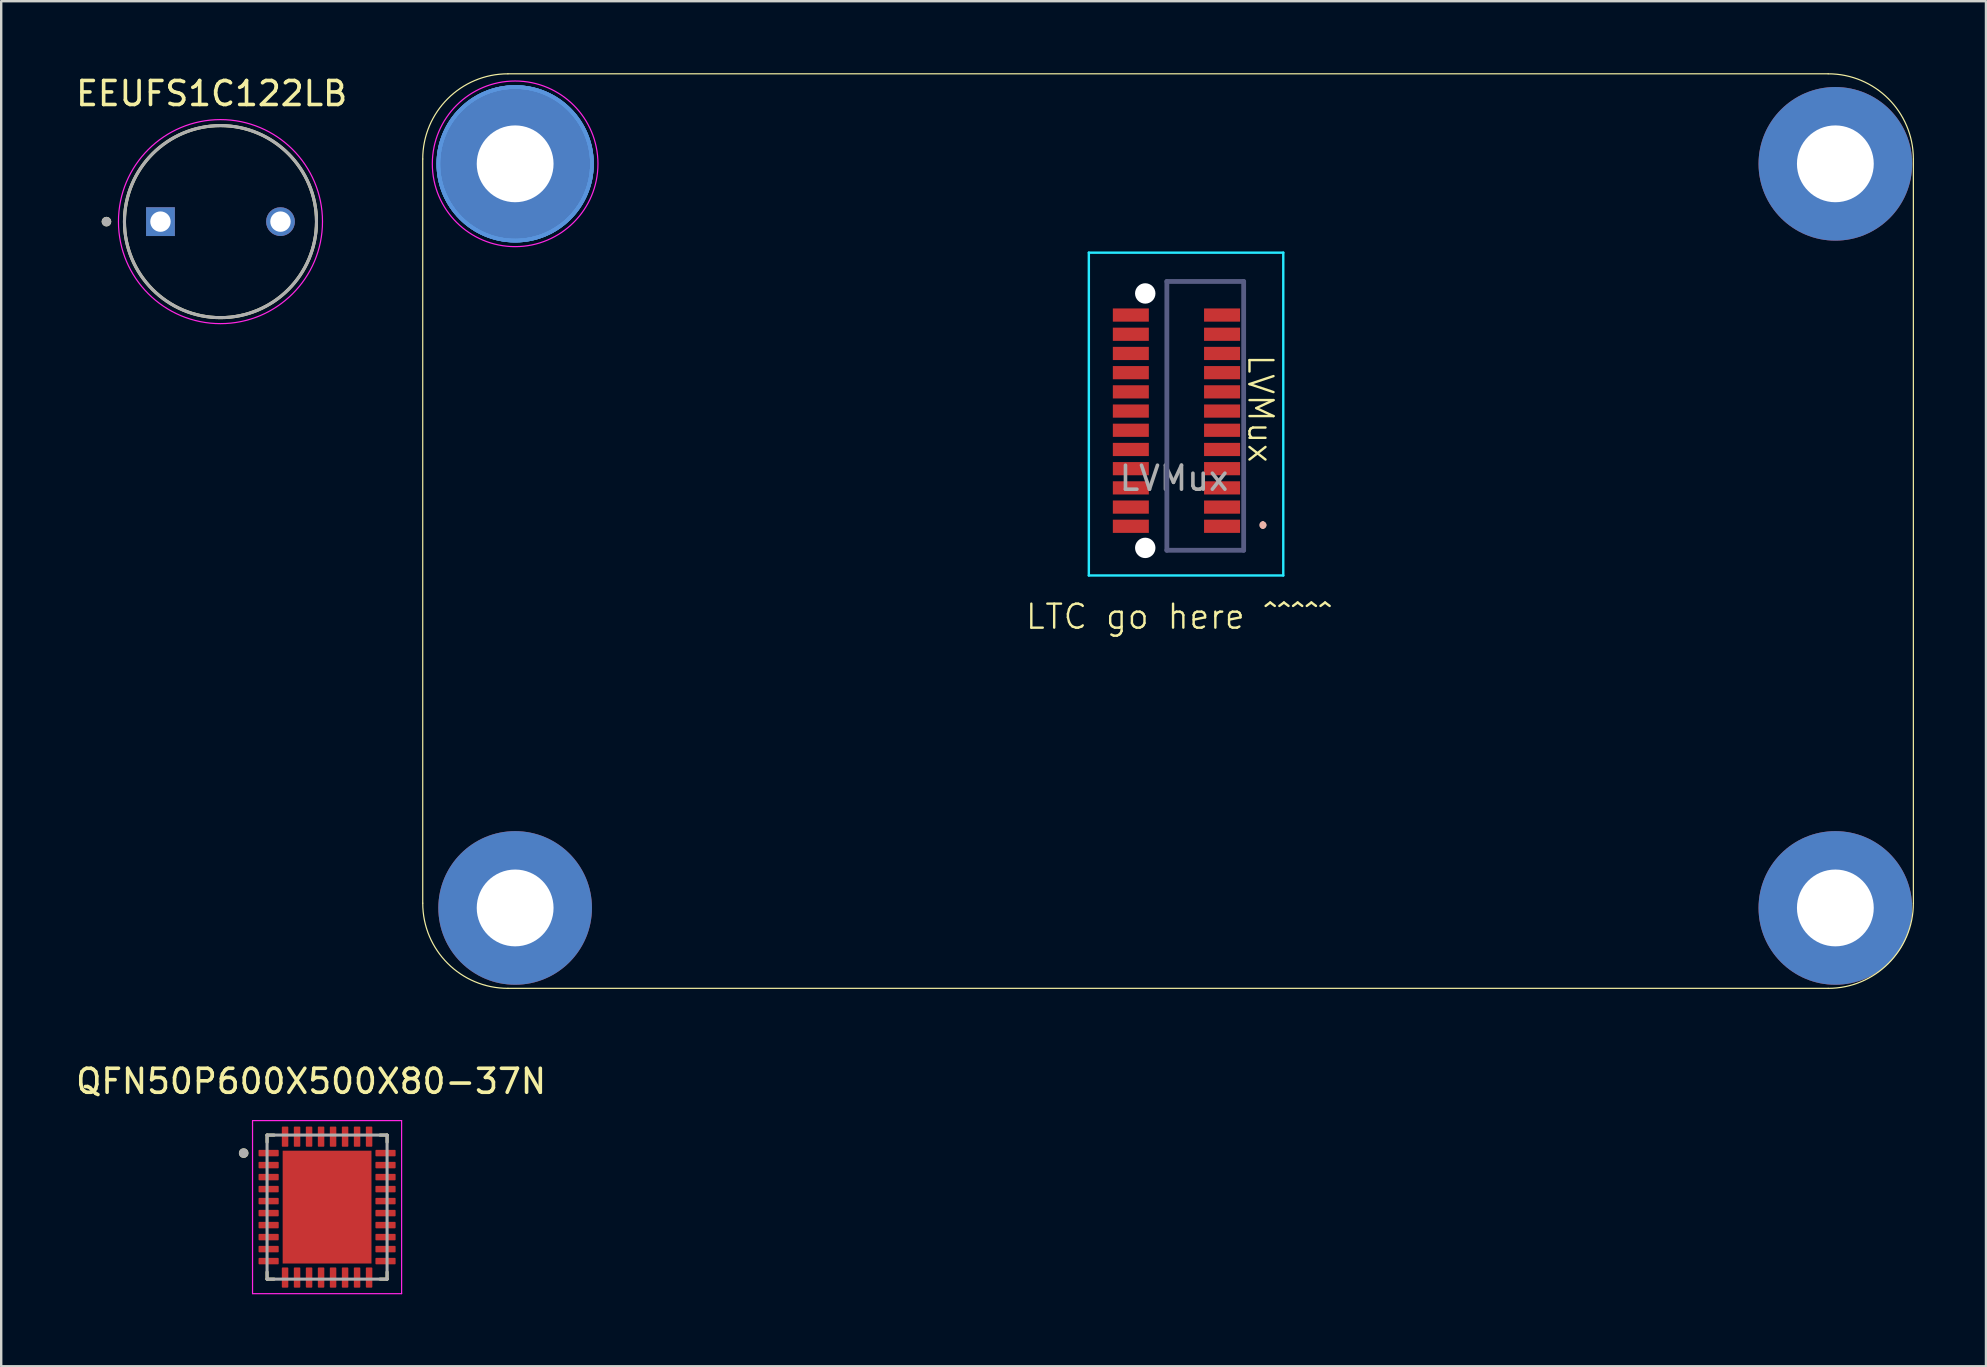
<source format=kicad_pcb>
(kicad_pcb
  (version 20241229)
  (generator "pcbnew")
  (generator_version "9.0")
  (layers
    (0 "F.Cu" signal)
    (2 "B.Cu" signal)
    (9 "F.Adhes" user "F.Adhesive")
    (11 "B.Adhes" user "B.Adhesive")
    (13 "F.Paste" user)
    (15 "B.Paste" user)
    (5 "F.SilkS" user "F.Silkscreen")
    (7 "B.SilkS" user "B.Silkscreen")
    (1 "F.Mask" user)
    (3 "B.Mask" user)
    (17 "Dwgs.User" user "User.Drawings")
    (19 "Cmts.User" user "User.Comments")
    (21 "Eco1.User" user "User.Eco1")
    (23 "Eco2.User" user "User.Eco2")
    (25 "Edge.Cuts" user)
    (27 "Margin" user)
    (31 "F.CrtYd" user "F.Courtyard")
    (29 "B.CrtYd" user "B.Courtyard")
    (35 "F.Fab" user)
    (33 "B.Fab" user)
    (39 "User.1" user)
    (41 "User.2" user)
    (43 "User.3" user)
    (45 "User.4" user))
  (footprint "EEUFS1C122LB"
    (layer "F.Cu")
    (at 6.135 6.183)
    (property "Reference" "EEUFS1C122LB" (at -0.367 -5.335 0) (layer "F.SilkS") (effects (font (size 1 1) (thickness 0.15))))
    (attr through_hole)
    (fp_circle (center -4.75 0) (end -4.65 0) (stroke (width 0.2) (type solid)) (fill no) (layer "F.SilkS"))
    (fp_circle (center 0 0) (end 4 0) (stroke (width 0.127) (type solid)) (fill no) (layer "F.SilkS"))
    (fp_circle (center 0 0) (end 4.25 0) (stroke (width 0.05) (type solid)) (fill no) (layer "F.CrtYd"))
    (fp_circle (center -4.75 0) (end -4.65 0) (stroke (width 0.2) (type solid)) (fill no) (layer "F.Fab"))
    (fp_circle (center 0 0) (end 4 0) (stroke (width 0.127) (type solid)) (fill no) (layer "F.Fab"))
    (pad "1" thru_hole rect (at -2.5 0) (size 1.2 1.2) (drill 0.85) (layers "*.Cu" "*.Mask"))
    (pad "2" thru_hole circle (at 2.5 0) (size 1.2 1.2) (drill 0.85) (layers "*.Cu" "*.Mask")))
  (footprint "LVMux"
    (layer "F.Cu")
    (at 45.861 14.375)
    (property "Reference" "LVMux" (at 3.6 -0.4 270) (unlocked yes) (layer "F.SilkS") (effects (font (size 1 1) (thickness 0.1))))
    (attr smd)
    (fp_line (start -31.3 20.2) (end -31.3 -10.8) (stroke (width 0.05) (type solid)) (layer "F.SilkS"))
    (fp_line (start -27.75 -14.35) (end 27.25 -14.35) (stroke (width 0.05) (type solid)) (layer "F.SilkS"))
    (fp_line (start -27.75 23.75) (end 27.25 23.75) (stroke (width 0.05) (type solid)) (layer "F.SilkS"))
    (fp_line (start 30.8 20.2) (end 30.8 -10.8) (stroke (width 0.05) (type solid)) (layer "F.SilkS"))
    (fp_arc (start -31.3 -10.8) (mid -30.260229 -13.310229) (end -27.75 -14.35) (stroke (width 0.05) (type solid)) (layer "F.SilkS"))
    (fp_arc (start -27.75 23.75) (mid -30.260229 22.710229) (end -31.3 20.2) (stroke (width 0.05) (type solid)) (layer "F.SilkS"))
    (fp_arc (start 27.25 -14.35) (mid 29.760221 -13.310221) (end 30.8 -10.8) (stroke (width 0.05) (type solid)) (layer "F.SilkS"))
    (fp_arc (start 30.8 20.2) (mid 29.760229 22.710228) (end 27.25 23.75) (stroke (width 0.05) (type solid)) (layer "F.SilkS"))
    (fp_line (start 1.05 -5.7) (end 1.05 -5.7) (stroke (width 0.1) (type solid)) (layer "B.SilkS"))
    (fp_line (start 1.05 -5.7) (end 2.9 -5.7) (stroke (width 0.1) (type solid)) (layer "B.SilkS"))
    (fp_line (start 1.05 5.5) (end 2.9 5.5) (stroke (width 0.1) (type solid)) (layer "B.SilkS"))
    (fp_line (start 2.9 -5.7) (end 1.05 -5.7) (stroke (width 0.1) (type solid)) (layer "B.SilkS"))
    (fp_line (start 2.9 -5.7) (end 2.9 -5.7) (stroke (width 0.1) (type solid)) (layer "B.SilkS"))
    (fp_line (start 2.9 -5.7) (end 2.9 -5.7) (stroke (width 0.1) (type solid)) (layer "B.SilkS"))
    (fp_line (start 2.9 -5.7) (end 2.9 -5.35) (stroke (width 0.1) (type solid)) (layer "B.SilkS"))
    (fp_line (start 2.9 -5.35) (end 2.9 -5.7) (stroke (width 0.1) (type solid)) (layer "B.SilkS"))
    (fp_line (start 2.9 -5.35) (end 2.9 -5.35) (stroke (width 0.1) (type solid)) (layer "B.SilkS"))
    (fp_line (start 2.9 5.15) (end 2.9 5.15) (stroke (width 0.1) (type solid)) (layer "B.SilkS"))
    (fp_line (start 2.9 5.15) (end 2.9 5.5) (stroke (width 0.1) (type solid)) (layer "B.SilkS"))
    (fp_line (start 2.9 5.5) (end 1.05 5.5) (stroke (width 0.1) (type solid)) (layer "B.SilkS"))
    (fp_line (start 2.9 5.5) (end 2.9 5.15) (stroke (width 0.1) (type solid)) (layer "B.SilkS"))
    (fp_line (start 2.9 5.5) (end 2.9 5.5) (stroke (width 0.1) (type solid)) (layer "B.SilkS"))
    (fp_line (start 2.9 5.5) (end 2.9 5.5) (stroke (width 0.1) (type solid)) (layer "B.SilkS"))
    (fp_line (start 3.7 4.4) (end 3.7 4.4) (stroke (width 0.2) (type solid)) (layer "B.SilkS"))
    (fp_line (start 3.7 4.4) (end 3.7 4.4) (stroke (width 0.2) (type solid)) (layer "B.SilkS"))
    (fp_line (start 3.7 4.5) (end 3.7 4.5) (stroke (width 0.2) (type solid)) (layer "B.SilkS"))
    (fp_arc (start 3.7 4.4) (mid 3.75 4.45) (end 3.7 4.5) (stroke (width 0.2) (type solid)) (layer "B.SilkS"))
    (fp_arc (start 3.7 4.4) (mid 3.75 4.45) (end 3.7 4.5) (stroke (width 0.2) (type solid)) (layer "B.SilkS"))
    (fp_arc (start 3.7 4.5) (mid 3.65 4.45) (end 3.7 4.4) (stroke (width 0.2) (type solid)) (layer "B.SilkS"))
    (fp_circle (center -27.45 -10.6) (end -24.25 -10.6) (stroke (width 0.15) (type solid)) (fill no) (layer "Cmts.User"))
    (fp_circle (center -27.45 -10.6) (end -24.25 -10.6) (stroke (width 0.15) (type solid)) (fill no) (layer "Cmts.User"))
    (fp_circle (center -27.45 -10.6) (end -24.25 -10.6) (stroke (width 0.15) (type solid)) (fill no) (layer "Cmts.User"))
    (fp_circle (center -27.45 -10.6) (end -24.25 -10.6) (stroke (width 0.15) (type solid)) (fill no) (layer "Cmts.User"))
    (fp_line (start -3.55 -6.9) (end -3.55 6.55) (stroke (width 0.1) (type solid)) (layer "B.CrtYd"))
    (fp_line (start -3.55 6.55) (end 4.55 6.55) (stroke (width 0.1) (type solid)) (layer "B.CrtYd"))
    (fp_line (start 4.55 -6.9) (end -3.55 -6.9) (stroke (width 0.1) (type solid)) (layer "B.CrtYd"))
    (fp_line (start 4.55 6.55) (end 4.55 -6.9) (stroke (width 0.1) (type solid)) (layer "B.CrtYd"))
    (fp_circle (center -27.45 -10.6) (end -24 -10.6) (stroke (width 0.05) (type solid)) (fill no) (layer "F.CrtYd"))
    (fp_line (start -0.3 -5.7) (end 2.9 -5.7) (stroke (width 0.2) (type solid)) (layer "B.Fab"))
    (fp_line (start -0.3 5.5) (end -0.3 -5.7) (stroke (width 0.2) (type solid)) (layer "B.Fab"))
    (fp_line (start 2.9 -5.7) (end 2.9 5.5) (stroke (width 0.2) (type solid)) (layer "B.Fab"))
    (fp_line (start 2.9 5.5) (end -0.3 5.5) (stroke (width 0.2) (type solid)) (layer "B.Fab"))
    (fp_text user "LTC go here ^^^^^" (at -6.25 8.85 0) (unlocked yes) (layer "F.SilkS") (effects (font (size 1 1) (thickness 0.1)) (justify left bottom)))
    (fp_text user "${REFERENCE}" (at 0 2.5 0) (unlocked yes) (layer "F.Fab") (effects (font (size 1 1) (thickness 0.15))))
    (pad "" np_thru_hole circle (at -1.2 -5.2 270) (size 0.85 0.85) (drill 0.85) (layers "*.Cu" "*.Mask"))
    (pad "" np_thru_hole circle (at -1.2 5.4 270) (size 0.85 0.85) (drill 0.85) (layers "*.Cu" "*.Mask"))
    (pad "1" smd rect (at 2 4.5 90) (size 0.55 1.5) (layers "F.Cu" "F.Mask" "F.Paste"))
    (pad "2" smd rect (at -1.8 4.5 90) (size 0.55 1.5) (layers "F.Cu" "F.Mask" "F.Paste"))
    (pad "3" smd rect (at 2 3.7 90) (size 0.55 1.5) (layers "F.Cu" "F.Mask" "F.Paste"))
    (pad "4" smd rect (at -1.8 3.7 90) (size 0.55 1.5) (layers "F.Cu" "F.Mask" "F.Paste"))
    (pad "5" smd rect (at 2 2.9 90) (size 0.55 1.5) (layers "F.Cu" "F.Mask" "F.Paste"))
    (pad "6" smd rect (at -1.8 2.9 90) (size 0.55 1.5) (layers "F.Cu" "F.Mask" "F.Paste"))
    (pad "7" smd rect (at 2 2.1 90) (size 0.55 1.5) (layers "F.Cu" "F.Mask" "F.Paste"))
    (pad "8" smd rect (at -1.8 2.1 90) (size 0.55 1.5) (layers "F.Cu" "F.Mask" "F.Paste"))
    (pad "9" smd rect (at 2 1.3 90) (size 0.55 1.5) (layers "F.Cu" "F.Mask" "F.Paste"))
    (pad "10" smd rect (at -1.8 1.3 90) (size 0.55 1.5) (layers "F.Cu" "F.Mask" "F.Paste"))
    (pad "11" smd rect (at 2 0.5 90) (size 0.55 1.5) (layers "F.Cu" "F.Mask" "F.Paste"))
    (pad "12" smd rect (at -1.8 0.5 90) (size 0.55 1.5) (layers "F.Cu" "F.Mask" "F.Paste"))
    (pad "13" smd rect (at 2 -0.3 90) (size 0.55 1.5) (layers "F.Cu" "F.Mask" "F.Paste"))
    (pad "14" smd rect (at -1.8 -0.3 90) (size 0.55 1.5) (layers "F.Cu" "F.Mask" "F.Paste"))
    (pad "15" smd rect (at 2 -1.1 90) (size 0.55 1.5) (layers "F.Cu" "F.Mask" "F.Paste"))
    (pad "16" smd rect (at -1.8 -1.1 90) (size 0.55 1.5) (layers "F.Cu" "F.Mask" "F.Paste"))
    (pad "17" smd rect (at 2 -1.9 90) (size 0.55 1.5) (layers "F.Cu" "F.Mask" "F.Paste"))
    (pad "18" smd rect (at -1.8 -1.9 90) (size 0.55 1.5) (layers "F.Cu" "F.Mask" "F.Paste"))
    (pad "19" smd rect (at 2 -2.7 90) (size 0.55 1.5) (layers "F.Cu" "F.Mask" "F.Paste"))
    (pad "20" smd rect (at -1.8 -2.7 90) (size 0.55 1.5) (layers "F.Cu" "F.Mask" "F.Paste"))
    (pad "21" smd rect (at 2 -3.5 90) (size 0.55 1.5) (layers "F.Cu" "F.Mask" "F.Paste"))
    (pad "22" smd rect (at -1.8 -3.5 90) (size 0.55 1.5) (layers "F.Cu" "F.Mask" "F.Paste"))
    (pad "23" smd rect (at 2 -4.3 90) (size 0.55 1.5) (layers "F.Cu" "F.Mask" "F.Paste"))
    (pad "24" smd rect (at -1.8 -4.3 90) (size 0.55 1.5) (layers "F.Cu" "F.Mask" "F.Paste"))
    (pad "X" thru_hole circle (at -27.45 -10.6) (size 3.6 3.6) (drill 3.2) (layers "*.Cu" "*.Mask"))
    (pad "X" connect circle (at -27.45 -10.6) (size 6.4 6.4) (layers "F.Cu" "F.Mask"))
    (pad "X" connect circle (at -27.45 -10.6) (size 6.4 6.4) (layers "B.Cu" "B.Mask"))
    (pad "X" thru_hole circle (at -27.45 20.4) (size 3.6 3.6) (drill 3.2) (layers "*.Cu" "*.Mask"))
    (pad "X" connect circle (at -27.45 20.4) (size 6.4 6.4) (layers "F.Cu" "F.Mask"))
    (pad "X" connect circle (at -27.45 20.4) (size 6.4 6.4) (layers "B.Cu" "B.Mask"))
    (pad "X" thru_hole circle (at 27.55 -10.6) (size 3.6 3.6) (drill 3.2) (layers "*.Cu" "*.Mask"))
    (pad "X" connect circle (at 27.55 -10.6) (size 6.4 6.4) (layers "F.Cu" "F.Mask"))
    (pad "X" connect circle (at 27.55 -10.6) (size 6.4 6.4) (layers "B.Cu" "B.Mask"))
    (pad "X" thru_hole circle (at 27.55 20.4) (size 3.6 3.6) (drill 3.2) (layers "*.Cu" "*.Mask"))
    (pad "X" connect circle (at 27.55 20.4) (size 6.4 6.4) (layers "F.Cu" "F.Mask"))
    (pad "X" connect circle (at 27.55 20.4) (size 6.4 6.4) (layers "B.Cu" "B.Mask")))
  (footprint "QFN50P600X500X80-37N"
    (layer "F.Cu")
    (at 10.576 47.238)
    (property "Reference" "QFN50P600X500X80-37N" (at -0.665 -5.24 0) (layer "F.SilkS") (effects (font (size 1 1) (thickness 0.15))))
    (attr smd)
    (fp_line (start -2.5 -3) (end -2.5 -2.705) (stroke (width 0.127) (type solid)) (layer "F.SilkS"))
    (fp_line (start -2.5 -3) (end -2.205 -3) (stroke (width 0.127) (type solid)) (layer "F.SilkS"))
    (fp_line (start -2.5 3) (end -2.5 2.705) (stroke (width 0.127) (type solid)) (layer "F.SilkS"))
    (fp_line (start -2.5 3) (end -2.205 3) (stroke (width 0.127) (type solid)) (layer "F.SilkS"))
    (fp_line (start 2.5 -3) (end 2.205 -3) (stroke (width 0.127) (type solid)) (layer "F.SilkS"))
    (fp_line (start 2.5 -3) (end 2.5 -2.705) (stroke (width 0.127) (type solid)) (layer "F.SilkS"))
    (fp_line (start 2.5 3) (end 2.205 3) (stroke (width 0.127) (type solid)) (layer "F.SilkS"))
    (fp_line (start 2.5 3) (end 2.5 2.705) (stroke (width 0.127) (type solid)) (layer "F.SilkS"))
    (fp_circle (center -3.475 -2.25) (end -3.375 -2.25) (stroke (width 0.2) (type solid)) (fill no) (layer "F.SilkS"))
    (fp_poly (pts (xy -1.515 -1.915) (xy -0.335 -1.915) (xy -0.335 -0.435) (xy -1.515 -0.435)) (stroke (width 0.01) (type solid)) (fill yes) (layer "F.Paste"))
    (fp_poly (pts (xy -1.515 0.435) (xy -0.335 0.435) (xy -0.335 1.915) (xy -1.515 1.915)) (stroke (width 0.01) (type solid)) (fill yes) (layer "F.Paste"))
    (fp_poly (pts (xy 0.335 -1.915) (xy 1.515 -1.915) (xy 1.515 -0.435) (xy 0.335 -0.435)) (stroke (width 0.01) (type solid)) (fill yes) (layer "F.Paste"))
    (fp_poly (pts (xy 0.335 0.435) (xy 1.515 0.435) (xy 1.515 1.915) (xy 0.335 1.915)) (stroke (width 0.01) (type solid)) (fill yes) (layer "F.Paste"))
    (fp_line (start -3.105 -3.605) (end 3.105 -3.605) (stroke (width 0.05) (type solid)) (layer "F.CrtYd"))
    (fp_line (start -3.105 3.605) (end -3.105 -3.605) (stroke (width 0.05) (type solid)) (layer "F.CrtYd"))
    (fp_line (start -3.105 3.605) (end 3.105 3.605) (stroke (width 0.05) (type solid)) (layer "F.CrtYd"))
    (fp_line (start 3.105 3.605) (end 3.105 -3.605) (stroke (width 0.05) (type solid)) (layer "F.CrtYd"))
    (fp_line (start -2.5 3) (end -2.5 -3) (stroke (width 0.127) (type solid)) (layer "F.Fab"))
    (fp_line (start 2.5 -3) (end -2.5 -3) (stroke (width 0.127) (type solid)) (layer "F.Fab"))
    (fp_line (start 2.5 3) (end -2.5 3) (stroke (width 0.127) (type solid)) (layer "F.Fab"))
    (fp_line (start 2.5 3) (end 2.5 -3) (stroke (width 0.127) (type solid)) (layer "F.Fab"))
    (fp_circle (center -3.475 -2.25) (end -3.375 -2.25) (stroke (width 0.2) (type solid)) (fill no) (layer "F.Fab"))
    (pad "1" smd roundrect (at -2.435 -2.25) (size 0.84 0.27) (layers "F.Cu" "F.Mask" "F.Paste") (roundrect_rratio 0.125))
    (pad "2" smd roundrect (at -2.435 -1.75) (size 0.84 0.27) (layers "F.Cu" "F.Mask" "F.Paste") (roundrect_rratio 0.125))
    (pad "3" smd roundrect (at -2.435 -1.25) (size 0.84 0.27) (layers "F.Cu" "F.Mask" "F.Paste") (roundrect_rratio 0.125))
    (pad "4" smd roundrect (at -2.435 -0.75) (size 0.84 0.27) (layers "F.Cu" "F.Mask" "F.Paste") (roundrect_rratio 0.125))
    (pad "5" smd roundrect (at -2.435 -0.25) (size 0.84 0.27) (layers "F.Cu" "F.Mask" "F.Paste") (roundrect_rratio 0.125))
    (pad "6" smd roundrect (at -2.435 0.25) (size 0.84 0.27) (layers "F.Cu" "F.Mask" "F.Paste") (roundrect_rratio 0.125))
    (pad "7" smd roundrect (at -2.435 0.75) (size 0.84 0.27) (layers "F.Cu" "F.Mask" "F.Paste") (roundrect_rratio 0.125))
    (pad "8" smd roundrect (at -2.435 1.25) (size 0.84 0.27) (layers "F.Cu" "F.Mask" "F.Paste") (roundrect_rratio 0.125))
    (pad "9" smd roundrect (at -2.435 1.75) (size 0.84 0.27) (layers "F.Cu" "F.Mask" "F.Paste") (roundrect_rratio 0.125))
    (pad "10" smd roundrect (at -2.435 2.25) (size 0.84 0.27) (layers "F.Cu" "F.Mask" "F.Paste") (roundrect_rratio 0.125))
    (pad "11" smd roundrect (at -1.75 2.935) (size 0.27 0.84) (layers "F.Cu" "F.Mask" "F.Paste") (roundrect_rratio 0.125))
    (pad "12" smd roundrect (at -1.25 2.935) (size 0.27 0.84) (layers "F.Cu" "F.Mask" "F.Paste") (roundrect_rratio 0.125))
    (pad "13" smd roundrect (at -0.75 2.935) (size 0.27 0.84) (layers "F.Cu" "F.Mask" "F.Paste") (roundrect_rratio 0.125))
    (pad "14" smd roundrect (at -0.25 2.935) (size 0.27 0.84) (layers "F.Cu" "F.Mask" "F.Paste") (roundrect_rratio 0.125))
    (pad "15" smd roundrect (at 0.25 2.935) (size 0.27 0.84) (layers "F.Cu" "F.Mask" "F.Paste") (roundrect_rratio 0.125))
    (pad "16" smd roundrect (at 0.75 2.935) (size 0.27 0.84) (layers "F.Cu" "F.Mask" "F.Paste") (roundrect_rratio 0.125))
    (pad "17" smd roundrect (at 1.25 2.935) (size 0.27 0.84) (layers "F.Cu" "F.Mask" "F.Paste") (roundrect_rratio 0.125))
    (pad "18" smd roundrect (at 1.75 2.935) (size 0.27 0.84) (layers "F.Cu" "F.Mask" "F.Paste") (roundrect_rratio 0.125))
    (pad "19" smd roundrect (at 2.435 2.25) (size 0.84 0.27) (layers "F.Cu" "F.Mask" "F.Paste") (roundrect_rratio 0.125))
    (pad "20" smd roundrect (at 2.435 1.75) (size 0.84 0.27) (layers "F.Cu" "F.Mask" "F.Paste") (roundrect_rratio 0.125))
    (pad "21" smd roundrect (at 2.435 1.25) (size 0.84 0.27) (layers "F.Cu" "F.Mask" "F.Paste") (roundrect_rratio 0.125))
    (pad "22" smd roundrect (at 2.435 0.75) (size 0.84 0.27) (layers "F.Cu" "F.Mask" "F.Paste") (roundrect_rratio 0.125))
    (pad "23" smd roundrect (at 2.435 0.25) (size 0.84 0.27) (layers "F.Cu" "F.Mask" "F.Paste") (roundrect_rratio 0.125))
    (pad "24" smd roundrect (at 2.435 -0.25) (size 0.84 0.27) (layers "F.Cu" "F.Mask" "F.Paste") (roundrect_rratio 0.125))
    (pad "25" smd roundrect (at 2.435 -0.75) (size 0.84 0.27) (layers "F.Cu" "F.Mask" "F.Paste") (roundrect_rratio 0.125))
    (pad "26" smd roundrect (at 2.435 -1.25) (size 0.84 0.27) (layers "F.Cu" "F.Mask" "F.Paste") (roundrect_rratio 0.125))
    (pad "27" smd roundrect (at 2.435 -1.75) (size 0.84 0.27) (layers "F.Cu" "F.Mask" "F.Paste") (roundrect_rratio 0.125))
    (pad "28" smd roundrect (at 2.435 -2.25) (size 0.84 0.27) (layers "F.Cu" "F.Mask" "F.Paste") (roundrect_rratio 0.125))
    (pad "29" smd roundrect (at 1.75 -2.935) (size 0.27 0.84) (layers "F.Cu" "F.Mask" "F.Paste") (roundrect_rratio 0.125))
    (pad "30" smd roundrect (at 1.25 -2.935) (size 0.27 0.84) (layers "F.Cu" "F.Mask" "F.Paste") (roundrect_rratio 0.125))
    (pad "31" smd roundrect (at 0.75 -2.935) (size 0.27 0.84) (layers "F.Cu" "F.Mask" "F.Paste") (roundrect_rratio 0.125))
    (pad "32" smd roundrect (at 0.25 -2.935) (size 0.27 0.84) (layers "F.Cu" "F.Mask" "F.Paste") (roundrect_rratio 0.125))
    (pad "33" smd roundrect (at -0.25 -2.935) (size 0.27 0.84) (layers "F.Cu" "F.Mask" "F.Paste") (roundrect_rratio 0.125))
    (pad "34" smd roundrect (at -0.75 -2.935) (size 0.27 0.84) (layers "F.Cu" "F.Mask" "F.Paste") (roundrect_rratio 0.125))
    (pad "35" smd roundrect (at -1.25 -2.935) (size 0.27 0.84) (layers "F.Cu" "F.Mask" "F.Paste") (roundrect_rratio 0.125))
    (pad "36" smd roundrect (at -1.75 -2.935) (size 0.27 0.84) (layers "F.Cu" "F.Mask" "F.Paste") (roundrect_rratio 0.125))
    (pad "37" smd rect (at 0 0) (size 3.7 4.7) (layers "F.Cu" "F.Mask")))
  (gr_rect
    (start -3 -3)
    (end 79.686 53.868)
    (stroke (width 0.1) (type default))
    (fill no)
    (layer "Edge.Cuts")))
</source>
